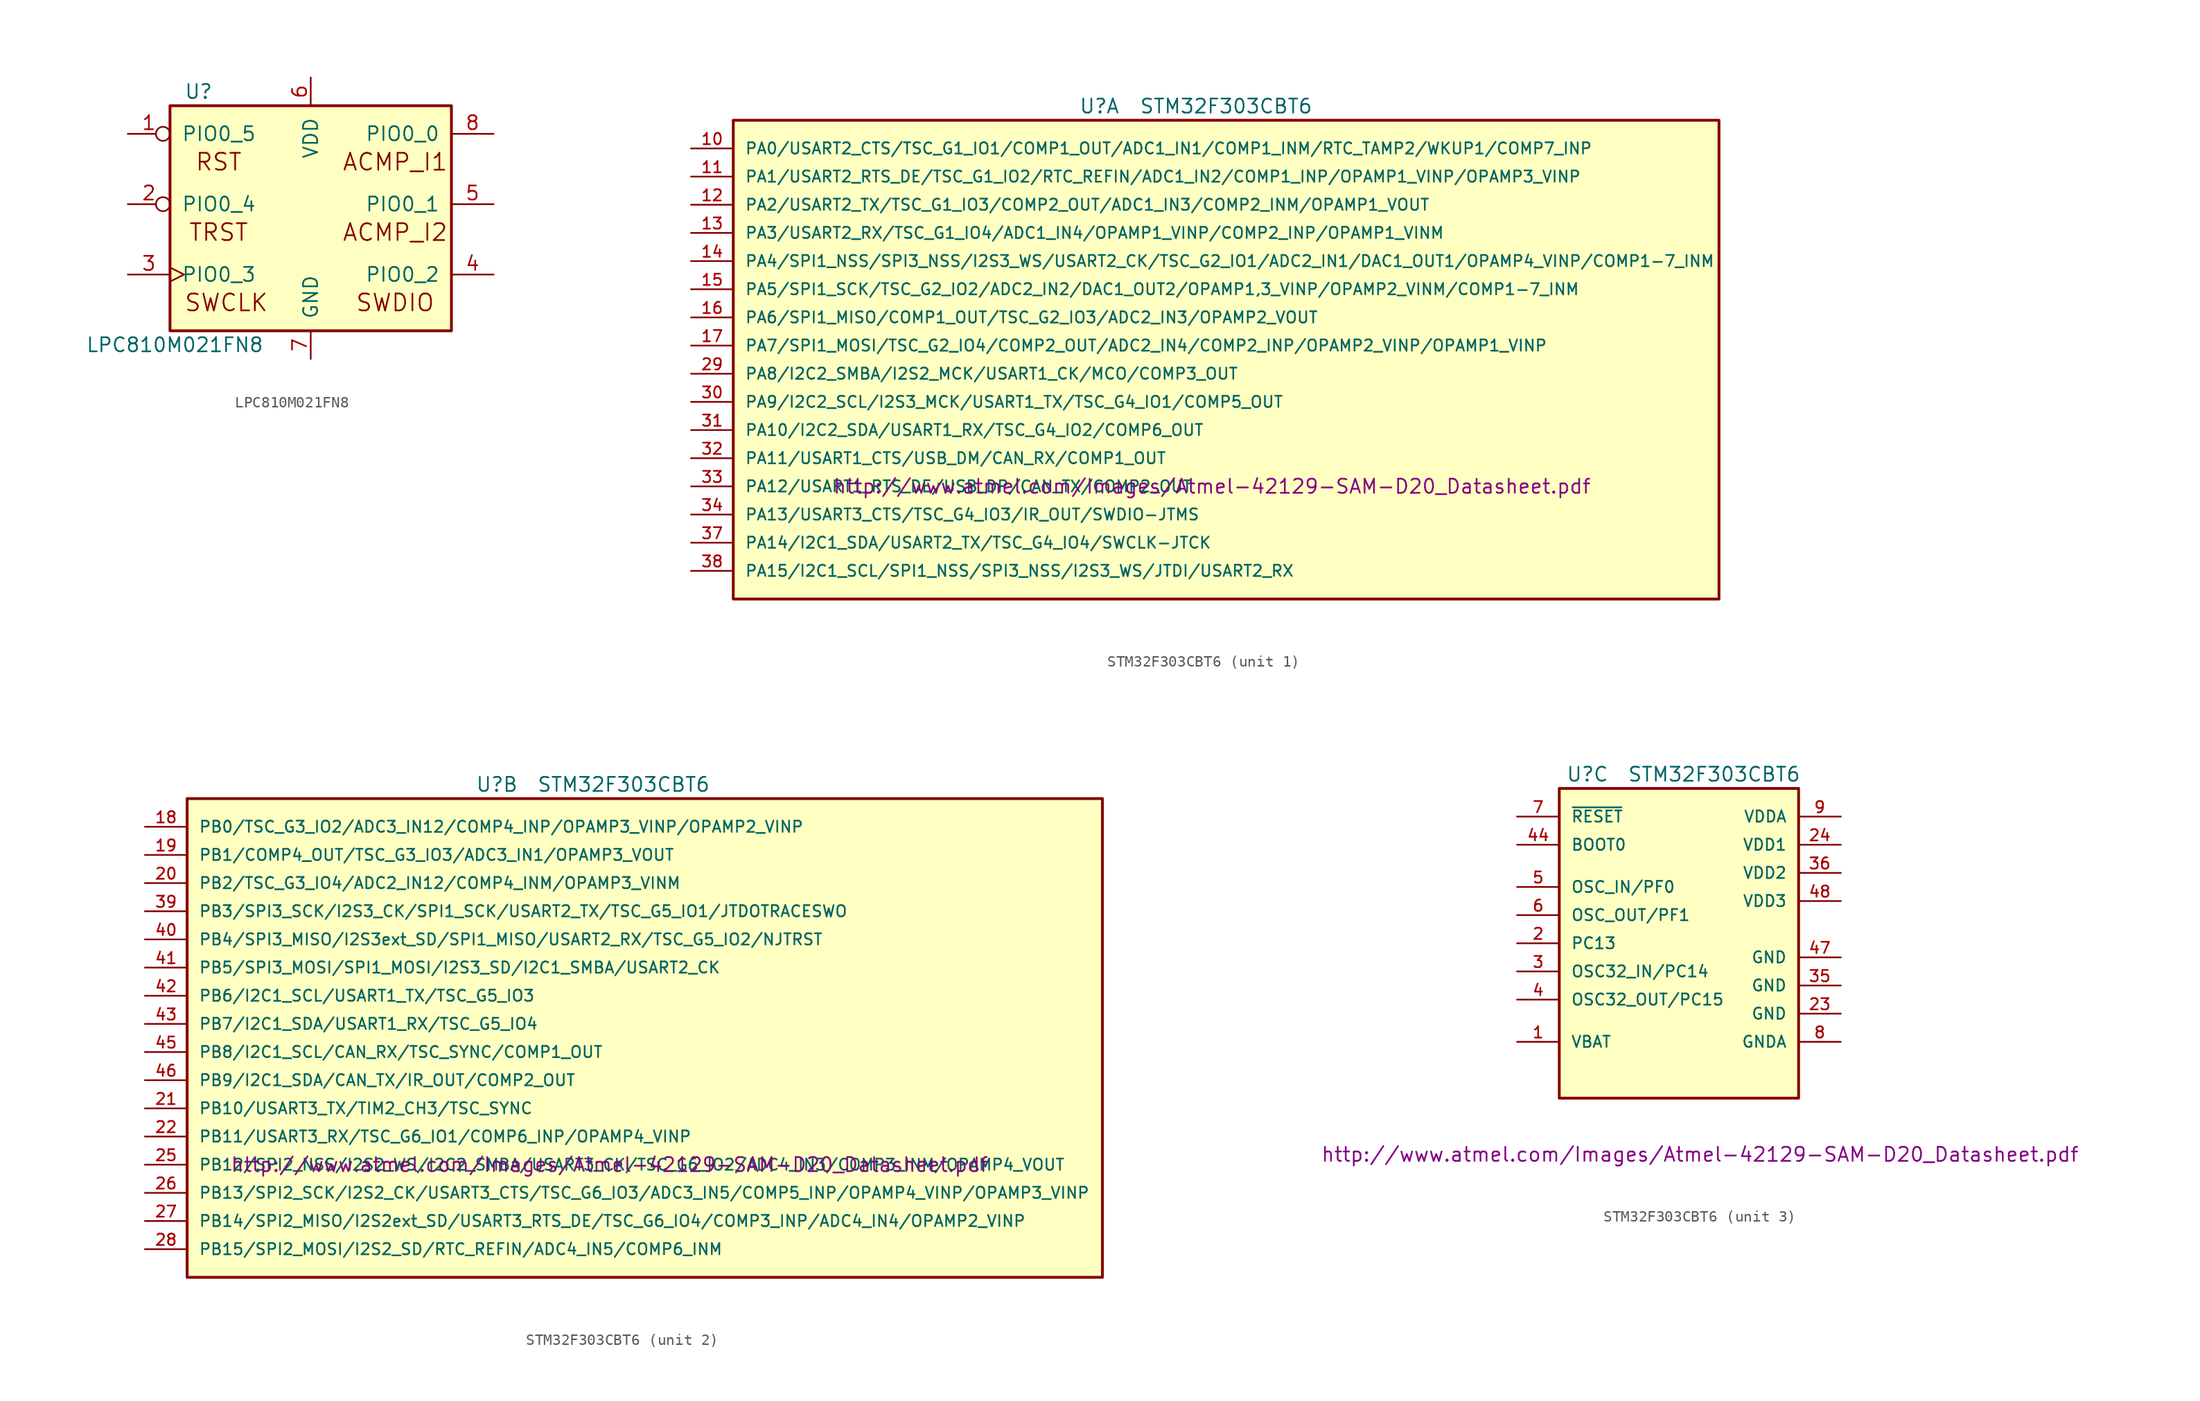
<source format=kicad_sym>
(kicad_symbol_lib
  (version 20220914)
  (generator kicad_symbol_editor)
  (symbol "LPC810M021FN8"
    (pin_names
      (offset 1.016))
    (property "Reference" "U"
      (at -11.43 11.43 0)
      (effects (font (size 1.27 1.27)) (justify left)))
    (property "Value" "LPC810M021FN8"
      (at -20.32 -11.43 0)
      (effects (font (size 1.27 1.27)) (justify left)))
    (property "Footprint" ""
      (at 0 0 0)
      (effects (font (size 1.27 1.27))))
    (property "Datasheet" ""
      (at 0 0 0)
      (effects (font (size 1.27 1.27))))
    (symbol "LPC810M021FN8_0_0"
      (text " RST" (at -8.89 5.08 0) (effects (font (size 1.524 1.524))))
      (text " TRST" (at -8.89 -1.27 0) (effects (font (size 1.524 1.524))))
      (text "ACMP_I1" (at 7.62 5.08 0) (effects (font (size 1.524 1.524))))
      (text "ACMP_I2" (at 7.62 -1.27 0) (effects (font (size 1.524 1.524))))
      (text "SWCLK" (at -7.62 -7.62 0) (effects (font (size 1.524 1.524))))
      (text "SWDIO" (at 7.62 -7.62 0) (effects (font (size 1.524 1.524))))
      (pin power_in line (at 0 12.7 270) (length 2.54) (name "VDD" (effects (font (size 1.27 1.27)))) (number "6" (effects (font (size 1.27 1.27)))))
      (pin power_in line (at 0 -12.7 90) (length 2.54) (name "GND" (effects (font (size 1.27 1.27)))) (number "7" (effects (font (size 1.27 1.27))))))
    (symbol "LPC810M021FN8_0_1"
      (rectangle (start -12.7 -10.16) (end 12.7 10.16) (stroke (width 0.254) (type solid)) (fill (type background))))
    (symbol "LPC810M021FN8_1_1"
      (pin input inverted (at -16.51 7.62 0) (length 3.81) (name "PIO0_5" (effects (font (size 1.27 1.27)))) (number "1" (effects (font (size 1.27 1.27)))))
      (pin bidirectional inverted (at -16.51 1.27 0) (length 3.81) (name "PIO0_4" (effects (font (size 1.27 1.27)))) (number "2" (effects (font (size 1.27 1.27)))))
      (pin bidirectional clock (at -16.51 -5.08 0) (length 3.81) (name "PIO0_3" (effects (font (size 1.27 1.27)))) (number "3" (effects (font (size 1.27 1.27)))))
      (pin bidirectional line (at 16.51 -5.08 180) (length 3.81) (name "PIO0_2" (effects (font (size 1.27 1.27)))) (number "4" (effects (font (size 1.27 1.27)))))
      (pin bidirectional line (at 16.51 1.27 180) (length 3.81) (name "PIO0_1" (effects (font (size 1.27 1.27)))) (number "5" (effects (font (size 1.27 1.27)))))
      (pin bidirectional line (at 16.51 7.62 180) (length 3.81) (name "PIO0_0" (effects (font (size 1.27 1.27)))) (number "8" (effects (font (size 1.27 1.27)))))))
  (symbol "STM32F303CBT6"
    (pin_names
      (offset 1.016))
    (property "Reference" "U"
      (at -8.89 13.97 0)
      (effects (font (size 1.27 1.27))))
    (property "Value" "STM32F303CBT6"
      (at 2.54 13.97 0)
      (effects (font (size 1.27 1.27))))
    (property "Datasheet" "http://www.atmel.com/Images/Atmel-42129-SAM-D20_Datasheet.pdf"
      (at 1.27 -20.32 0)
      (effects (font (size 1.27 1.27))))
    (property "ki_locked" ""
      (at 0 0 0)
      (effects (font (size 1.27 1.27))))
    (symbol "STM32F303CBT6_1_1"
      (rectangle (start -41.91 12.7) (end 46.99 -30.48) (stroke (width 0.254) (type solid)) (fill (type background)))
      (pin bidirectional line (at -45.72 10.16 0) (length 3.81) (name "PA0/USART2_CTS/TSC_G1_IO1/COMP1_OUT/ADC1_IN1/COMP1_INM/RTC_TAMP2/WKUP1/COMP7_INP" (effects (font (size 1.016 1.016)))) (number "10" (effects (font (size 1.016 1.016)))))
      (pin bidirectional line (at -45.72 7.62 0) (length 3.81) (name "PA1/USART2_RTS_DE/TSC_G1_IO2/RTC_REFIN/ADC1_IN2/COMP1_INP/OPAMP1_VINP/OPAMP3_VINP" (effects (font (size 1.016 1.016)))) (number "11" (effects (font (size 1.016 1.016)))))
      (pin bidirectional line (at -45.72 5.08 0) (length 3.81) (name "PA2/USART2_TX/TSC_G1_IO3/COMP2_OUT/ADC1_IN3/COMP2_INM/OPAMP1_VOUT" (effects (font (size 1.016 1.016)))) (number "12" (effects (font (size 1.016 1.016)))))
      (pin bidirectional line (at -45.72 2.54 0) (length 3.81) (name "PA3/USART2_RX/TSC_G1_IO4/ADC1_IN4/OPAMP1_VINP/COMP2_INP/OPAMP1_VINM" (effects (font (size 1.016 1.016)))) (number "13" (effects (font (size 1.016 1.016)))))
      (pin bidirectional line (at -45.72 0 0) (length 3.81) (name "PA4/SPI1_NSS/SPI3_NSS/I2S3_WS/USART2_CK/TSC_G2_IO1/ADC2_IN1/DAC1_OUT1/OPAMP4_VINP/COMP1-7_INM" (effects (font (size 1.016 1.016)))) (number "14" (effects (font (size 1.016 1.016)))))
      (pin bidirectional line (at -45.72 -2.54 0) (length 3.81) (name "PA5/SPI1_SCK/TSC_G2_IO2/ADC2_IN2/DAC1_OUT2/OPAMP1,3_VINP/OPAMP2_VINM/COMP1-7_INM" (effects (font (size 1.016 1.016)))) (number "15" (effects (font (size 1.016 1.016)))))
      (pin bidirectional line (at -45.72 -5.08 0) (length 3.81) (name "PA6/SPI1_MISO/COMP1_OUT/TSC_G2_IO3/ADC2_IN3/OPAMP2_VOUT" (effects (font (size 1.016 1.016)))) (number "16" (effects (font (size 1.016 1.016)))))
      (pin bidirectional line (at -45.72 -7.62 0) (length 3.81) (name "PA7/SPI1_MOSI/TSC_G2_IO4/COMP2_OUT/ADC2_IN4/COMP2_INP/OPAMP2_VINP/OPAMP1_VINP" (effects (font (size 1.016 1.016)))) (number "17" (effects (font (size 1.016 1.016)))))
      (pin bidirectional line (at -45.72 -10.16 0) (length 3.81) (name "PA8/I2C2_SMBA/I2S2_MCK/USART1_CK/MCO/COMP3_OUT" (effects (font (size 1.016 1.016)))) (number "29" (effects (font (size 1.016 1.016)))))
      (pin bidirectional line (at -45.72 -12.7 0) (length 3.81) (name "PA9/I2C2_SCL/I2S3_MCK/USART1_TX/TSC_G4_IO1/COMP5_OUT" (effects (font (size 1.016 1.016)))) (number "30" (effects (font (size 1.016 1.016)))))
      (pin bidirectional line (at -45.72 -15.24 0) (length 3.81) (name "PA10/I2C2_SDA/USART1_RX/TSC_G4_IO2/COMP6_OUT" (effects (font (size 1.016 1.016)))) (number "31" (effects (font (size 1.016 1.016)))))
      (pin bidirectional line (at -45.72 -17.78 0) (length 3.81) (name "PA11/USART1_CTS/USB_DM/CAN_RX/COMP1_OUT" (effects (font (size 1.016 1.016)))) (number "32" (effects (font (size 1.016 1.016)))))
      (pin bidirectional line (at -45.72 -20.32 0) (length 3.81) (name "PA12/USART1_RTS_DE/USB_DP/CAN_TX/COMP2_OUT" (effects (font (size 1.016 1.016)))) (number "33" (effects (font (size 1.016 1.016)))))
      (pin bidirectional line (at -45.72 -22.86 0) (length 3.81) (name "PA13/USART3_CTS/TSC_G4_IO3/IR_OUT/SWDIO-JTMS" (effects (font (size 1.016 1.016)))) (number "34" (effects (font (size 1.016 1.016)))))
      (pin bidirectional line (at -45.72 -25.4 0) (length 3.81) (name "PA14/I2C1_SDA/USART2_TX/TSC_G4_IO4/SWCLK-JTCK" (effects (font (size 1.016 1.016)))) (number "37" (effects (font (size 1.016 1.016)))))
      (pin bidirectional line (at -45.72 -27.94 0) (length 3.81) (name "PA15/I2C1_SCL/SPI1_NSS/SPI3_NSS/I2S3_WS/JTDI/USART2_RX" (effects (font (size 1.016 1.016)))) (number "38" (effects (font (size 1.016 1.016))))))
    (symbol "STM32F303CBT6_2_1"
      (rectangle (start -36.83 12.7) (end 45.72 -30.48) (stroke (width 0.254) (type solid)) (fill (type background)))
      (pin bidirectional line (at -40.64 10.16 0) (length 3.81) (name "PB0/TSC_G3_IO2/ADC3_IN12/COMP4_INP/OPAMP3_VINP/OPAMP2_VINP" (effects (font (size 1.016 1.016)))) (number "18" (effects (font (size 1.016 1.016)))))
      (pin bidirectional line (at -40.64 7.62 0) (length 3.81) (name "PB1/COMP4_OUT/TSC_G3_IO3/ADC3_IN1/OPAMP3_VOUT" (effects (font (size 1.016 1.016)))) (number "19" (effects (font (size 1.016 1.016)))))
      (pin bidirectional line (at -40.64 5.08 0) (length 3.81) (name "PB2/TSC_G3_IO4/ADC2_IN12/COMP4_INM/OPAMP3_VINM" (effects (font (size 1.016 1.016)))) (number "20" (effects (font (size 1.016 1.016)))))
      (pin bidirectional line (at -40.64 -15.24 0) (length 3.81) (name "PB10/USART3_TX/TIM2_CH3/TSC_SYNC" (effects (font (size 1.016 1.016)))) (number "21" (effects (font (size 1.016 1.016)))))
      (pin bidirectional line (at -40.64 -17.78 0) (length 3.81) (name "PB11/USART3_RX/TSC_G6_IO1/COMP6_INP/OPAMP4_VINP" (effects (font (size 1.016 1.016)))) (number "22" (effects (font (size 1.016 1.016)))))
      (pin bidirectional line (at -40.64 -20.32 0) (length 3.81) (name "PB12/SPI2_NSS/I2S2_WS/I2C2_SMBA/USART3_CK/TSC_G6_IO2/ADC4_IN3/COMP3_INM/OPAMP4_VOUT" (effects (font (size 1.016 1.016)))) (number "25" (effects (font (size 1.016 1.016)))))
      (pin bidirectional line (at -40.64 -22.86 0) (length 3.81) (name "PB13/SPI2_SCK/I2S2_CK/USART3_CTS/TSC_G6_IO3/ADC3_IN5/COMP5_INP/OPAMP4_VINP/OPAMP3_VINP" (effects (font (size 1.016 1.016)))) (number "26" (effects (font (size 1.016 1.016)))))
      (pin bidirectional line (at -40.64 -25.4 0) (length 3.81) (name "PB14/SPI2_MISO/I2S2ext_SD/USART3_RTS_DE/TSC_G6_IO4/COMP3_INP/ADC4_IN4/OPAMP2_VINP" (effects (font (size 1.016 1.016)))) (number "27" (effects (font (size 1.016 1.016)))))
      (pin bidirectional line (at -40.64 -27.94 0) (length 3.81) (name "PB15/SPI2_MOSI/I2S2_SD/RTC_REFIN/ADC4_IN5/COMP6_INM" (effects (font (size 1.016 1.016)))) (number "28" (effects (font (size 1.016 1.016)))))
      (pin bidirectional line (at -40.64 2.54 0) (length 3.81) (name "PB3/SPI3_SCK/I2S3_CK/SPI1_SCK/USART2_TX/TSC_G5_IO1/JTDOTRACESWO" (effects (font (size 1.016 1.016)))) (number "39" (effects (font (size 1.016 1.016)))))
      (pin bidirectional line (at -40.64 0 0) (length 3.81) (name "PB4/SPI3_MISO/I2S3ext_SD/SPI1_MISO/USART2_RX/TSC_G5_IO2/NJTRST" (effects (font (size 1.016 1.016)))) (number "40" (effects (font (size 1.016 1.016)))))
      (pin bidirectional line (at -40.64 -2.54 0) (length 3.81) (name "PB5/SPI3_MOSI/SPI1_MOSI/I2S3_SD/I2C1_SMBA/USART2_CK" (effects (font (size 1.016 1.016)))) (number "41" (effects (font (size 1.016 1.016)))))
      (pin bidirectional line (at -40.64 -5.08 0) (length 3.81) (name "PB6/I2C1_SCL/USART1_TX/TSC_G5_IO3" (effects (font (size 1.016 1.016)))) (number "42" (effects (font (size 1.016 1.016)))))
      (pin bidirectional line (at -40.64 -7.62 0) (length 3.81) (name "PB7/I2C1_SDA/USART1_RX/TSC_G5_IO4" (effects (font (size 1.016 1.016)))) (number "43" (effects (font (size 1.016 1.016)))))
      (pin bidirectional line (at -40.64 -10.16 0) (length 3.81) (name "PB8/I2C1_SCL/CAN_RX/TSC_SYNC/COMP1_OUT" (effects (font (size 1.016 1.016)))) (number "45" (effects (font (size 1.016 1.016)))))
      (pin bidirectional line (at -40.64 -12.7 0) (length 3.81) (name "PB9/I2C1_SDA/CAN_TX/IR_OUT/COMP2_OUT" (effects (font (size 1.016 1.016)))) (number "46" (effects (font (size 1.016 1.016))))))
    (symbol "STM32F303CBT6_3_1"
      (rectangle (start -11.43 12.7) (end 10.16 -15.24) (stroke (width 0.254) (type solid)) (fill (type background)))
      (pin power_in line (at -15.24 -10.16 0) (length 3.81) (name "VBAT" (effects (font (size 1.016 1.016)))) (number "1" (effects (font (size 1.016 1.016)))))
      (pin bidirectional line (at -15.24 -1.27 0) (length 3.81) (name "PC13" (effects (font (size 1.016 1.016)))) (number "2" (effects (font (size 1.016 1.016)))))
      (pin power_in line (at 13.97 -7.62 180) (length 3.81) (name "GND" (effects (font (size 1.016 1.016)))) (number "23" (effects (font (size 1.016 1.016)))))
      (pin power_in line (at 13.97 7.62 180) (length 3.81) (name "VDD1" (effects (font (size 1.016 1.016)))) (number "24" (effects (font (size 1.016 1.016)))))
      (pin bidirectional line (at -15.24 -3.81 0) (length 3.81) (name "OSC32_IN/PC14" (effects (font (size 1.016 1.016)))) (number "3" (effects (font (size 1.016 1.016)))))
      (pin power_in line (at 13.97 -5.08 180) (length 3.81) (name "GND" (effects (font (size 1.016 1.016)))) (number "35" (effects (font (size 1.016 1.016)))))
      (pin power_in line (at 13.97 5.08 180) (length 3.81) (name "VDD2" (effects (font (size 1.016 1.016)))) (number "36" (effects (font (size 1.016 1.016)))))
      (pin bidirectional line (at -15.24 -6.35 0) (length 3.81) (name "OSC32_OUT/PC15" (effects (font (size 1.016 1.016)))) (number "4" (effects (font (size 1.016 1.016)))))
      (pin bidirectional line (at -15.24 7.62 0) (length 3.81) (name "BOOT0" (effects (font (size 1.016 1.016)))) (number "44" (effects (font (size 1.016 1.016)))))
      (pin power_in line (at 13.97 -2.54 180) (length 3.81) (name "GND" (effects (font (size 1.016 1.016)))) (number "47" (effects (font (size 1.016 1.016)))))
      (pin power_in line (at 13.97 2.54 180) (length 3.81) (name "VDD3" (effects (font (size 1.016 1.016)))) (number "48" (effects (font (size 1.016 1.016)))))
      (pin bidirectional line (at -15.24 3.81 0) (length 3.81) (name "OSC_IN/PF0" (effects (font (size 1.016 1.016)))) (number "5" (effects (font (size 1.016 1.016)))))
      (pin bidirectional line (at -15.24 1.27 0) (length 3.81) (name "OSC_OUT/PF1" (effects (font (size 1.016 1.016)))) (number "6" (effects (font (size 1.016 1.016)))))
      (pin input line (at -15.24 10.16 0) (length 3.81) (name "~{RESET}" (effects (font (size 1.016 1.016)))) (number "7" (effects (font (size 1.016 1.016)))))
      (pin power_in line (at 13.97 -10.16 180) (length 3.81) (name "GNDA" (effects (font (size 1.016 1.016)))) (number "8" (effects (font (size 1.016 1.016)))))
      (pin power_in line (at 13.97 10.16 180) (length 3.81) (name "VDDA" (effects (font (size 1.016 1.016)))) (number "9" (effects (font (size 1.016 1.016))))))))
</source>
